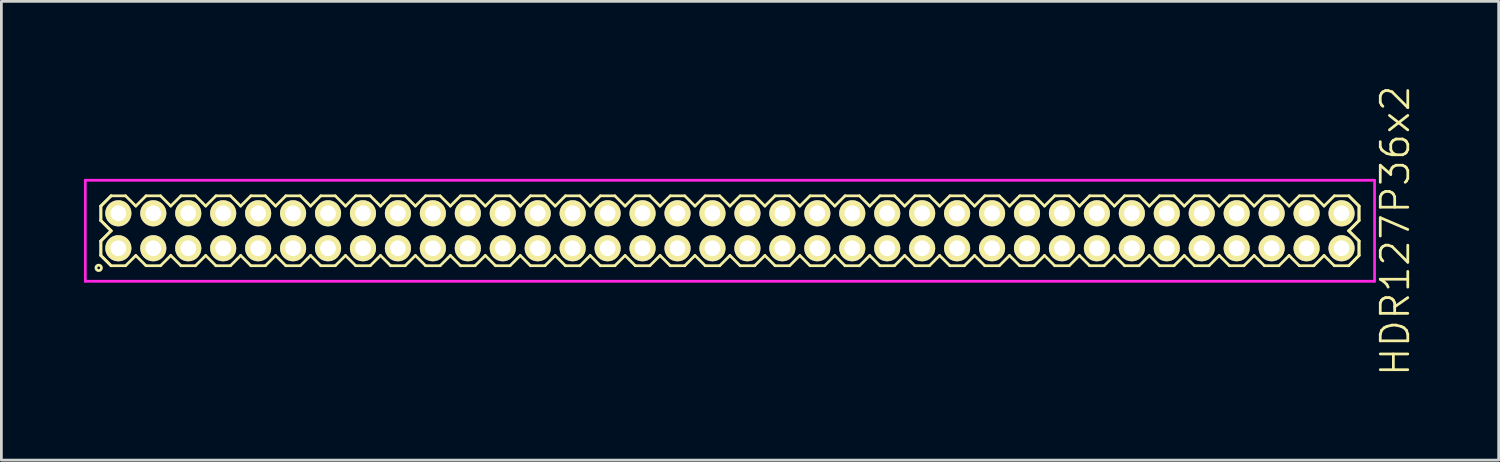
<source format=kicad_pcb>
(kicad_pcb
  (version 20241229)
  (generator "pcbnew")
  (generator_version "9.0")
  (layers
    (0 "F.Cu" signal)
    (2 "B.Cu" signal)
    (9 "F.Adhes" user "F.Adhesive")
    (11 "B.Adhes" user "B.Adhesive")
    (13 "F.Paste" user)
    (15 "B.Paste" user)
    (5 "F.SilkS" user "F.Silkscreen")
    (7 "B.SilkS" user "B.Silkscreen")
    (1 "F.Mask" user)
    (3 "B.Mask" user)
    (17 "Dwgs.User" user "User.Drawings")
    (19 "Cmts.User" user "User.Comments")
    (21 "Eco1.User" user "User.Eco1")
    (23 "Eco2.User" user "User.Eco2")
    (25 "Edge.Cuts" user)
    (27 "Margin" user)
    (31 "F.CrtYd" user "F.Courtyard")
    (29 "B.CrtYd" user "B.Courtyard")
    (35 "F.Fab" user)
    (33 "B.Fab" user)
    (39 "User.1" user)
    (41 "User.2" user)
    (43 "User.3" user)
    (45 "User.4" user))
  (footprint "HDR127P36x2"
    (layer "F.Cu")
    (at 23.475 5.336)
    (property "Reference" "HDR127P36x2" (at 24.175 0 90) (layer "F.SilkS") (effects (font (size 1 1) (thickness 0.1))))
    (attr through_hole)
    (fp_line (start -22.86 -0.898) (end -22.488 -1.27) (stroke (width 0.1) (type solid)) (layer "F.SilkS"))
    (fp_line (start -22.86 -0.898) (end -22.488 -1.27) (stroke (width 0.1) (type solid)) (layer "F.SilkS"))
    (fp_line (start -22.86 -0.372) (end -22.86 -0.898) (stroke (width 0.1) (type solid)) (layer "F.SilkS"))
    (fp_line (start -22.86 -0.372) (end -22.86 -0.898) (stroke (width 0.1) (type solid)) (layer "F.SilkS"))
    (fp_line (start -22.86 0.372) (end -22.488 0) (stroke (width 0.1) (type solid)) (layer "F.SilkS"))
    (fp_line (start -22.86 0.372) (end -22.488 0) (stroke (width 0.1) (type solid)) (layer "F.SilkS"))
    (fp_line (start -22.86 0.898) (end -22.86 0.372) (stroke (width 0.1) (type solid)) (layer "F.SilkS"))
    (fp_line (start -22.86 0.898) (end -22.86 0.372) (stroke (width 0.1) (type solid)) (layer "F.SilkS"))
    (fp_line (start -22.488 -1.27) (end -21.962 -1.27) (stroke (width 0.1) (type solid)) (layer "F.SilkS"))
    (fp_line (start -22.488 0) (end -22.86 -0.372) (stroke (width 0.1) (type solid)) (layer "F.SilkS"))
    (fp_line (start -22.488 0) (end -22.86 -0.372) (stroke (width 0.1) (type solid)) (layer "F.SilkS"))
    (fp_line (start -22.488 1.27) (end -22.86 0.898) (stroke (width 0.1) (type solid)) (layer "F.SilkS"))
    (fp_line (start -22.488 1.27) (end -22.86 0.898) (stroke (width 0.1) (type solid)) (layer "F.SilkS"))
    (fp_line (start -21.962 -1.27) (end -21.59 -0.898) (stroke (width 0.1) (type solid)) (layer "F.SilkS"))
    (fp_line (start -21.962 1.27) (end -22.488 1.27) (stroke (width 0.1) (type solid)) (layer "F.SilkS"))
    (fp_line (start -21.59 -0.898) (end -21.218 -1.27) (stroke (width 0.1) (type solid)) (layer "F.SilkS"))
    (fp_line (start -21.59 0.898) (end -21.962 1.27) (stroke (width 0.1) (type solid)) (layer "F.SilkS"))
    (fp_line (start -21.218 -1.27) (end -20.692 -1.27) (stroke (width 0.1) (type solid)) (layer "F.SilkS"))
    (fp_line (start -21.218 1.27) (end -21.59 0.898) (stroke (width 0.1) (type solid)) (layer "F.SilkS"))
    (fp_line (start -20.692 -1.27) (end -20.32 -0.898) (stroke (width 0.1) (type solid)) (layer "F.SilkS"))
    (fp_line (start -20.692 1.27) (end -21.218 1.27) (stroke (width 0.1) (type solid)) (layer "F.SilkS"))
    (fp_line (start -20.32 -0.898) (end -19.948 -1.27) (stroke (width 0.1) (type solid)) (layer "F.SilkS"))
    (fp_line (start -20.32 0.898) (end -20.692 1.27) (stroke (width 0.1) (type solid)) (layer "F.SilkS"))
    (fp_line (start -19.948 -1.27) (end -19.422 -1.27) (stroke (width 0.1) (type solid)) (layer "F.SilkS"))
    (fp_line (start -19.948 1.27) (end -20.32 0.898) (stroke (width 0.1) (type solid)) (layer "F.SilkS"))
    (fp_line (start -19.422 -1.27) (end -19.05 -0.898) (stroke (width 0.1) (type solid)) (layer "F.SilkS"))
    (fp_line (start -19.422 1.27) (end -19.948 1.27) (stroke (width 0.1) (type solid)) (layer "F.SilkS"))
    (fp_line (start -19.05 -0.898) (end -18.678 -1.27) (stroke (width 0.1) (type solid)) (layer "F.SilkS"))
    (fp_line (start -19.05 0.898) (end -19.422 1.27) (stroke (width 0.1) (type solid)) (layer "F.SilkS"))
    (fp_line (start -18.678 -1.27) (end -18.152 -1.27) (stroke (width 0.1) (type solid)) (layer "F.SilkS"))
    (fp_line (start -18.678 1.27) (end -19.05 0.898) (stroke (width 0.1) (type solid)) (layer "F.SilkS"))
    (fp_line (start -18.152 -1.27) (end -17.78 -0.898) (stroke (width 0.1) (type solid)) (layer "F.SilkS"))
    (fp_line (start -18.152 1.27) (end -18.678 1.27) (stroke (width 0.1) (type solid)) (layer "F.SilkS"))
    (fp_line (start -17.78 -0.898) (end -17.408 -1.27) (stroke (width 0.1) (type solid)) (layer "F.SilkS"))
    (fp_line (start -17.78 0.898) (end -18.152 1.27) (stroke (width 0.1) (type solid)) (layer "F.SilkS"))
    (fp_line (start -17.408 -1.27) (end -16.882 -1.27) (stroke (width 0.1) (type solid)) (layer "F.SilkS"))
    (fp_line (start -17.408 1.27) (end -17.78 0.898) (stroke (width 0.1) (type solid)) (layer "F.SilkS"))
    (fp_line (start -16.882 -1.27) (end -16.51 -0.898) (stroke (width 0.1) (type solid)) (layer "F.SilkS"))
    (fp_line (start -16.882 1.27) (end -17.408 1.27) (stroke (width 0.1) (type solid)) (layer "F.SilkS"))
    (fp_line (start -16.51 -0.898) (end -16.138 -1.27) (stroke (width 0.1) (type solid)) (layer "F.SilkS"))
    (fp_line (start -16.51 0.898) (end -16.882 1.27) (stroke (width 0.1) (type solid)) (layer "F.SilkS"))
    (fp_line (start -16.138 -1.27) (end -15.612 -1.27) (stroke (width 0.1) (type solid)) (layer "F.SilkS"))
    (fp_line (start -16.138 1.27) (end -16.51 0.898) (stroke (width 0.1) (type solid)) (layer "F.SilkS"))
    (fp_line (start -15.612 -1.27) (end -15.24 -0.898) (stroke (width 0.1) (type solid)) (layer "F.SilkS"))
    (fp_line (start -15.612 1.27) (end -16.138 1.27) (stroke (width 0.1) (type solid)) (layer "F.SilkS"))
    (fp_line (start -15.24 -0.898) (end -14.868 -1.27) (stroke (width 0.1) (type solid)) (layer "F.SilkS"))
    (fp_line (start -15.24 0.898) (end -15.612 1.27) (stroke (width 0.1) (type solid)) (layer "F.SilkS"))
    (fp_line (start -14.868 -1.27) (end -14.342 -1.27) (stroke (width 0.1) (type solid)) (layer "F.SilkS"))
    (fp_line (start -14.868 1.27) (end -15.24 0.898) (stroke (width 0.1) (type solid)) (layer "F.SilkS"))
    (fp_line (start -14.342 -1.27) (end -13.97 -0.898) (stroke (width 0.1) (type solid)) (layer "F.SilkS"))
    (fp_line (start -14.342 1.27) (end -14.868 1.27) (stroke (width 0.1) (type solid)) (layer "F.SilkS"))
    (fp_line (start -13.97 -0.898) (end -13.598 -1.27) (stroke (width 0.1) (type solid)) (layer "F.SilkS"))
    (fp_line (start -13.97 0.898) (end -14.342 1.27) (stroke (width 0.1) (type solid)) (layer "F.SilkS"))
    (fp_line (start -13.598 -1.27) (end -13.072 -1.27) (stroke (width 0.1) (type solid)) (layer "F.SilkS"))
    (fp_line (start -13.598 1.27) (end -13.97 0.898) (stroke (width 0.1) (type solid)) (layer "F.SilkS"))
    (fp_line (start -13.072 -1.27) (end -12.7 -0.898) (stroke (width 0.1) (type solid)) (layer "F.SilkS"))
    (fp_line (start -13.072 1.27) (end -13.598 1.27) (stroke (width 0.1) (type solid)) (layer "F.SilkS"))
    (fp_line (start -12.7 -0.898) (end -12.328 -1.27) (stroke (width 0.1) (type solid)) (layer "F.SilkS"))
    (fp_line (start -12.7 0.898) (end -13.072 1.27) (stroke (width 0.1) (type solid)) (layer "F.SilkS"))
    (fp_line (start -12.328 -1.27) (end -11.802 -1.27) (stroke (width 0.1) (type solid)) (layer "F.SilkS"))
    (fp_line (start -12.328 1.27) (end -12.7 0.898) (stroke (width 0.1) (type solid)) (layer "F.SilkS"))
    (fp_line (start -11.802 -1.27) (end -11.43 -0.898) (stroke (width 0.1) (type solid)) (layer "F.SilkS"))
    (fp_line (start -11.802 1.27) (end -12.328 1.27) (stroke (width 0.1) (type solid)) (layer "F.SilkS"))
    (fp_line (start -11.43 -0.898) (end -11.058 -1.27) (stroke (width 0.1) (type solid)) (layer "F.SilkS"))
    (fp_line (start -11.43 0.898) (end -11.802 1.27) (stroke (width 0.1) (type solid)) (layer "F.SilkS"))
    (fp_line (start -11.058 -1.27) (end -10.532 -1.27) (stroke (width 0.1) (type solid)) (layer "F.SilkS"))
    (fp_line (start -11.058 1.27) (end -11.43 0.898) (stroke (width 0.1) (type solid)) (layer "F.SilkS"))
    (fp_line (start -10.532 -1.27) (end -10.16 -0.898) (stroke (width 0.1) (type solid)) (layer "F.SilkS"))
    (fp_line (start -10.532 1.27) (end -11.058 1.27) (stroke (width 0.1) (type solid)) (layer "F.SilkS"))
    (fp_line (start -10.16 -0.898) (end -9.788 -1.27) (stroke (width 0.1) (type solid)) (layer "F.SilkS"))
    (fp_line (start -10.16 0.898) (end -10.532 1.27) (stroke (width 0.1) (type solid)) (layer "F.SilkS"))
    (fp_line (start -9.788 -1.27) (end -9.262 -1.27) (stroke (width 0.1) (type solid)) (layer "F.SilkS"))
    (fp_line (start -9.788 1.27) (end -10.16 0.898) (stroke (width 0.1) (type solid)) (layer "F.SilkS"))
    (fp_line (start -9.262 -1.27) (end -8.89 -0.898) (stroke (width 0.1) (type solid)) (layer "F.SilkS"))
    (fp_line (start -9.262 1.27) (end -9.788 1.27) (stroke (width 0.1) (type solid)) (layer "F.SilkS"))
    (fp_line (start -8.89 -0.898) (end -8.518 -1.27) (stroke (width 0.1) (type solid)) (layer "F.SilkS"))
    (fp_line (start -8.89 0.898) (end -9.262 1.27) (stroke (width 0.1) (type solid)) (layer "F.SilkS"))
    (fp_line (start -8.518 -1.27) (end -7.992 -1.27) (stroke (width 0.1) (type solid)) (layer "F.SilkS"))
    (fp_line (start -8.518 1.27) (end -8.89 0.898) (stroke (width 0.1) (type solid)) (layer "F.SilkS"))
    (fp_line (start -7.992 -1.27) (end -7.62 -0.898) (stroke (width 0.1) (type solid)) (layer "F.SilkS"))
    (fp_line (start -7.992 1.27) (end -8.518 1.27) (stroke (width 0.1) (type solid)) (layer "F.SilkS"))
    (fp_line (start -7.62 -0.898) (end -7.248 -1.27) (stroke (width 0.1) (type solid)) (layer "F.SilkS"))
    (fp_line (start -7.62 0.898) (end -7.992 1.27) (stroke (width 0.1) (type solid)) (layer "F.SilkS"))
    (fp_line (start -7.248 -1.27) (end -6.722 -1.27) (stroke (width 0.1) (type solid)) (layer "F.SilkS"))
    (fp_line (start -7.248 1.27) (end -7.62 0.898) (stroke (width 0.1) (type solid)) (layer "F.SilkS"))
    (fp_line (start -6.722 -1.27) (end -6.35 -0.898) (stroke (width 0.1) (type solid)) (layer "F.SilkS"))
    (fp_line (start -6.722 1.27) (end -7.248 1.27) (stroke (width 0.1) (type solid)) (layer "F.SilkS"))
    (fp_line (start -6.35 -0.898) (end -5.978 -1.27) (stroke (width 0.1) (type solid)) (layer "F.SilkS"))
    (fp_line (start -6.35 0.898) (end -6.722 1.27) (stroke (width 0.1) (type solid)) (layer "F.SilkS"))
    (fp_line (start -5.978 -1.27) (end -5.452 -1.27) (stroke (width 0.1) (type solid)) (layer "F.SilkS"))
    (fp_line (start -5.978 1.27) (end -6.35 0.898) (stroke (width 0.1) (type solid)) (layer "F.SilkS"))
    (fp_line (start -5.452 -1.27) (end -5.08 -0.898) (stroke (width 0.1) (type solid)) (layer "F.SilkS"))
    (fp_line (start -5.452 1.27) (end -5.978 1.27) (stroke (width 0.1) (type solid)) (layer "F.SilkS"))
    (fp_line (start -5.08 -0.898) (end -4.708 -1.27) (stroke (width 0.1) (type solid)) (layer "F.SilkS"))
    (fp_line (start -5.08 0.898) (end -5.452 1.27) (stroke (width 0.1) (type solid)) (layer "F.SilkS"))
    (fp_line (start -4.708 -1.27) (end -4.182 -1.27) (stroke (width 0.1) (type solid)) (layer "F.SilkS"))
    (fp_line (start -4.708 1.27) (end -5.08 0.898) (stroke (width 0.1) (type solid)) (layer "F.SilkS"))
    (fp_line (start -4.182 -1.27) (end -3.81 -0.898) (stroke (width 0.1) (type solid)) (layer "F.SilkS"))
    (fp_line (start -4.182 1.27) (end -4.708 1.27) (stroke (width 0.1) (type solid)) (layer "F.SilkS"))
    (fp_line (start -3.81 -0.898) (end -3.438 -1.27) (stroke (width 0.1) (type solid)) (layer "F.SilkS"))
    (fp_line (start -3.81 0.898) (end -4.182 1.27) (stroke (width 0.1) (type solid)) (layer "F.SilkS"))
    (fp_line (start -3.438 -1.27) (end -2.912 -1.27) (stroke (width 0.1) (type solid)) (layer "F.SilkS"))
    (fp_line (start -3.438 1.27) (end -3.81 0.898) (stroke (width 0.1) (type solid)) (layer "F.SilkS"))
    (fp_line (start -2.912 -1.27) (end -2.54 -0.898) (stroke (width 0.1) (type solid)) (layer "F.SilkS"))
    (fp_line (start -2.912 1.27) (end -3.438 1.27) (stroke (width 0.1) (type solid)) (layer "F.SilkS"))
    (fp_line (start -2.54 -0.898) (end -2.168 -1.27) (stroke (width 0.1) (type solid)) (layer "F.SilkS"))
    (fp_line (start -2.54 0.898) (end -2.912 1.27) (stroke (width 0.1) (type solid)) (layer "F.SilkS"))
    (fp_line (start -2.168 -1.27) (end -1.642 -1.27) (stroke (width 0.1) (type solid)) (layer "F.SilkS"))
    (fp_line (start -2.168 1.27) (end -2.54 0.898) (stroke (width 0.1) (type solid)) (layer "F.SilkS"))
    (fp_line (start -1.642 -1.27) (end -1.27 -0.898) (stroke (width 0.1) (type solid)) (layer "F.SilkS"))
    (fp_line (start -1.642 1.27) (end -2.168 1.27) (stroke (width 0.1) (type solid)) (layer "F.SilkS"))
    (fp_line (start -1.27 -0.898) (end -0.898 -1.27) (stroke (width 0.1) (type solid)) (layer "F.SilkS"))
    (fp_line (start -1.27 0.898) (end -1.642 1.27) (stroke (width 0.1) (type solid)) (layer "F.SilkS"))
    (fp_line (start -0.898 -1.27) (end -0.372 -1.27) (stroke (width 0.1) (type solid)) (layer "F.SilkS"))
    (fp_line (start -0.898 1.27) (end -1.27 0.898) (stroke (width 0.1) (type solid)) (layer "F.SilkS"))
    (fp_line (start -0.372 -1.27) (end 0 -0.898) (stroke (width 0.1) (type solid)) (layer "F.SilkS"))
    (fp_line (start -0.372 1.27) (end -0.898 1.27) (stroke (width 0.1) (type solid)) (layer "F.SilkS"))
    (fp_line (start 0 -0.898) (end 0.372 -1.27) (stroke (width 0.1) (type solid)) (layer "F.SilkS"))
    (fp_line (start 0 0.898) (end -0.372 1.27) (stroke (width 0.1) (type solid)) (layer "F.SilkS"))
    (fp_line (start 0.372 -1.27) (end 0.898 -1.27) (stroke (width 0.1) (type solid)) (layer "F.SilkS"))
    (fp_line (start 0.372 1.27) (end 0 0.898) (stroke (width 0.1) (type solid)) (layer "F.SilkS"))
    (fp_line (start 0.898 -1.27) (end 1.27 -0.898) (stroke (width 0.1) (type solid)) (layer "F.SilkS"))
    (fp_line (start 0.898 1.27) (end 0.372 1.27) (stroke (width 0.1) (type solid)) (layer "F.SilkS"))
    (fp_line (start 1.27 -0.898) (end 1.642 -1.27) (stroke (width 0.1) (type solid)) (layer "F.SilkS"))
    (fp_line (start 1.27 0.898) (end 0.898 1.27) (stroke (width 0.1) (type solid)) (layer "F.SilkS"))
    (fp_line (start 1.642 -1.27) (end 2.168 -1.27) (stroke (width 0.1) (type solid)) (layer "F.SilkS"))
    (fp_line (start 1.642 1.27) (end 1.27 0.898) (stroke (width 0.1) (type solid)) (layer "F.SilkS"))
    (fp_line (start 2.168 -1.27) (end 2.54 -0.898) (stroke (width 0.1) (type solid)) (layer "F.SilkS"))
    (fp_line (start 2.168 1.27) (end 1.642 1.27) (stroke (width 0.1) (type solid)) (layer "F.SilkS"))
    (fp_line (start 2.54 -0.898) (end 2.912 -1.27) (stroke (width 0.1) (type solid)) (layer "F.SilkS"))
    (fp_line (start 2.54 0.898) (end 2.168 1.27) (stroke (width 0.1) (type solid)) (layer "F.SilkS"))
    (fp_line (start 2.912 -1.27) (end 3.438 -1.27) (stroke (width 0.1) (type solid)) (layer "F.SilkS"))
    (fp_line (start 2.912 1.27) (end 2.54 0.898) (stroke (width 0.1) (type solid)) (layer "F.SilkS"))
    (fp_line (start 3.438 -1.27) (end 3.81 -0.898) (stroke (width 0.1) (type solid)) (layer "F.SilkS"))
    (fp_line (start 3.438 1.27) (end 2.912 1.27) (stroke (width 0.1) (type solid)) (layer "F.SilkS"))
    (fp_line (start 3.81 -0.898) (end 4.182 -1.27) (stroke (width 0.1) (type solid)) (layer "F.SilkS"))
    (fp_line (start 3.81 0.898) (end 3.438 1.27) (stroke (width 0.1) (type solid)) (layer "F.SilkS"))
    (fp_line (start 4.182 -1.27) (end 4.708 -1.27) (stroke (width 0.1) (type solid)) (layer "F.SilkS"))
    (fp_line (start 4.182 1.27) (end 3.81 0.898) (stroke (width 0.1) (type solid)) (layer "F.SilkS"))
    (fp_line (start 4.708 -1.27) (end 5.08 -0.898) (stroke (width 0.1) (type solid)) (layer "F.SilkS"))
    (fp_line (start 4.708 1.27) (end 4.182 1.27) (stroke (width 0.1) (type solid)) (layer "F.SilkS"))
    (fp_line (start 5.08 -0.898) (end 5.452 -1.27) (stroke (width 0.1) (type solid)) (layer "F.SilkS"))
    (fp_line (start 5.08 0.898) (end 4.708 1.27) (stroke (width 0.1) (type solid)) (layer "F.SilkS"))
    (fp_line (start 5.452 -1.27) (end 5.978 -1.27) (stroke (width 0.1) (type solid)) (layer "F.SilkS"))
    (fp_line (start 5.452 1.27) (end 5.08 0.898) (stroke (width 0.1) (type solid)) (layer "F.SilkS"))
    (fp_line (start 5.978 -1.27) (end 6.35 -0.898) (stroke (width 0.1) (type solid)) (layer "F.SilkS"))
    (fp_line (start 5.978 1.27) (end 5.452 1.27) (stroke (width 0.1) (type solid)) (layer "F.SilkS"))
    (fp_line (start 6.35 -0.898) (end 6.722 -1.27) (stroke (width 0.1) (type solid)) (layer "F.SilkS"))
    (fp_line (start 6.35 0.898) (end 5.978 1.27) (stroke (width 0.1) (type solid)) (layer "F.SilkS"))
    (fp_line (start 6.722 -1.27) (end 7.248 -1.27) (stroke (width 0.1) (type solid)) (layer "F.SilkS"))
    (fp_line (start 6.722 1.27) (end 6.35 0.898) (stroke (width 0.1) (type solid)) (layer "F.SilkS"))
    (fp_line (start 7.248 -1.27) (end 7.62 -0.898) (stroke (width 0.1) (type solid)) (layer "F.SilkS"))
    (fp_line (start 7.248 1.27) (end 6.722 1.27) (stroke (width 0.1) (type solid)) (layer "F.SilkS"))
    (fp_line (start 7.62 -0.898) (end 7.992 -1.27) (stroke (width 0.1) (type solid)) (layer "F.SilkS"))
    (fp_line (start 7.62 0.898) (end 7.248 1.27) (stroke (width 0.1) (type solid)) (layer "F.SilkS"))
    (fp_line (start 7.992 -1.27) (end 8.518 -1.27) (stroke (width 0.1) (type solid)) (layer "F.SilkS"))
    (fp_line (start 7.992 1.27) (end 7.62 0.898) (stroke (width 0.1) (type solid)) (layer "F.SilkS"))
    (fp_line (start 8.518 -1.27) (end 8.89 -0.898) (stroke (width 0.1) (type solid)) (layer "F.SilkS"))
    (fp_line (start 8.518 1.27) (end 7.992 1.27) (stroke (width 0.1) (type solid)) (layer "F.SilkS"))
    (fp_line (start 8.89 -0.898) (end 9.262 -1.27) (stroke (width 0.1) (type solid)) (layer "F.SilkS"))
    (fp_line (start 8.89 0.898) (end 8.518 1.27) (stroke (width 0.1) (type solid)) (layer "F.SilkS"))
    (fp_line (start 9.262 -1.27) (end 9.788 -1.27) (stroke (width 0.1) (type solid)) (layer "F.SilkS"))
    (fp_line (start 9.262 1.27) (end 8.89 0.898) (stroke (width 0.1) (type solid)) (layer "F.SilkS"))
    (fp_line (start 9.788 -1.27) (end 10.16 -0.898) (stroke (width 0.1) (type solid)) (layer "F.SilkS"))
    (fp_line (start 9.788 1.27) (end 9.262 1.27) (stroke (width 0.1) (type solid)) (layer "F.SilkS"))
    (fp_line (start 10.16 -0.898) (end 10.532 -1.27) (stroke (width 0.1) (type solid)) (layer "F.SilkS"))
    (fp_line (start 10.16 0.898) (end 9.788 1.27) (stroke (width 0.1) (type solid)) (layer "F.SilkS"))
    (fp_line (start 10.532 -1.27) (end 11.058 -1.27) (stroke (width 0.1) (type solid)) (layer "F.SilkS"))
    (fp_line (start 10.532 1.27) (end 10.16 0.898) (stroke (width 0.1) (type solid)) (layer "F.SilkS"))
    (fp_line (start 11.058 -1.27) (end 11.43 -0.898) (stroke (width 0.1) (type solid)) (layer "F.SilkS"))
    (fp_line (start 11.058 1.27) (end 10.532 1.27) (stroke (width 0.1) (type solid)) (layer "F.SilkS"))
    (fp_line (start 11.43 -0.898) (end 11.802 -1.27) (stroke (width 0.1) (type solid)) (layer "F.SilkS"))
    (fp_line (start 11.43 0.898) (end 11.058 1.27) (stroke (width 0.1) (type solid)) (layer "F.SilkS"))
    (fp_line (start 11.802 -1.27) (end 12.328 -1.27) (stroke (width 0.1) (type solid)) (layer "F.SilkS"))
    (fp_line (start 11.802 1.27) (end 11.43 0.898) (stroke (width 0.1) (type solid)) (layer "F.SilkS"))
    (fp_line (start 12.328 -1.27) (end 12.7 -0.898) (stroke (width 0.1) (type solid)) (layer "F.SilkS"))
    (fp_line (start 12.328 1.27) (end 11.802 1.27) (stroke (width 0.1) (type solid)) (layer "F.SilkS"))
    (fp_line (start 12.7 -0.898) (end 13.072 -1.27) (stroke (width 0.1) (type solid)) (layer "F.SilkS"))
    (fp_line (start 12.7 0.898) (end 12.328 1.27) (stroke (width 0.1) (type solid)) (layer "F.SilkS"))
    (fp_line (start 13.072 -1.27) (end 13.598 -1.27) (stroke (width 0.1) (type solid)) (layer "F.SilkS"))
    (fp_line (start 13.072 1.27) (end 12.7 0.898) (stroke (width 0.1) (type solid)) (layer "F.SilkS"))
    (fp_line (start 13.598 -1.27) (end 13.97 -0.898) (stroke (width 0.1) (type solid)) (layer "F.SilkS"))
    (fp_line (start 13.598 1.27) (end 13.072 1.27) (stroke (width 0.1) (type solid)) (layer "F.SilkS"))
    (fp_line (start 13.97 -0.898) (end 14.342 -1.27) (stroke (width 0.1) (type solid)) (layer "F.SilkS"))
    (fp_line (start 13.97 0.898) (end 13.598 1.27) (stroke (width 0.1) (type solid)) (layer "F.SilkS"))
    (fp_line (start 14.342 -1.27) (end 14.868 -1.27) (stroke (width 0.1) (type solid)) (layer "F.SilkS"))
    (fp_line (start 14.342 1.27) (end 13.97 0.898) (stroke (width 0.1) (type solid)) (layer "F.SilkS"))
    (fp_line (start 14.868 -1.27) (end 15.24 -0.898) (stroke (width 0.1) (type solid)) (layer "F.SilkS"))
    (fp_line (start 14.868 1.27) (end 14.342 1.27) (stroke (width 0.1) (type solid)) (layer "F.SilkS"))
    (fp_line (start 15.24 -0.898) (end 15.612 -1.27) (stroke (width 0.1) (type solid)) (layer "F.SilkS"))
    (fp_line (start 15.24 0.898) (end 14.868 1.27) (stroke (width 0.1) (type solid)) (layer "F.SilkS"))
    (fp_line (start 15.612 -1.27) (end 16.138 -1.27) (stroke (width 0.1) (type solid)) (layer "F.SilkS"))
    (fp_line (start 15.612 1.27) (end 15.24 0.898) (stroke (width 0.1) (type solid)) (layer "F.SilkS"))
    (fp_line (start 16.138 -1.27) (end 16.51 -0.898) (stroke (width 0.1) (type solid)) (layer "F.SilkS"))
    (fp_line (start 16.138 1.27) (end 15.612 1.27) (stroke (width 0.1) (type solid)) (layer "F.SilkS"))
    (fp_line (start 16.51 -0.898) (end 16.882 -1.27) (stroke (width 0.1) (type solid)) (layer "F.SilkS"))
    (fp_line (start 16.51 0.898) (end 16.138 1.27) (stroke (width 0.1) (type solid)) (layer "F.SilkS"))
    (fp_line (start 16.882 -1.27) (end 17.408 -1.27) (stroke (width 0.1) (type solid)) (layer "F.SilkS"))
    (fp_line (start 16.882 1.27) (end 16.51 0.898) (stroke (width 0.1) (type solid)) (layer "F.SilkS"))
    (fp_line (start 17.408 -1.27) (end 17.78 -0.898) (stroke (width 0.1) (type solid)) (layer "F.SilkS"))
    (fp_line (start 17.408 1.27) (end 16.882 1.27) (stroke (width 0.1) (type solid)) (layer "F.SilkS"))
    (fp_line (start 17.78 -0.898) (end 18.152 -1.27) (stroke (width 0.1) (type solid)) (layer "F.SilkS"))
    (fp_line (start 17.78 0.898) (end 17.408 1.27) (stroke (width 0.1) (type solid)) (layer "F.SilkS"))
    (fp_line (start 18.152 -1.27) (end 18.678 -1.27) (stroke (width 0.1) (type solid)) (layer "F.SilkS"))
    (fp_line (start 18.152 1.27) (end 17.78 0.898) (stroke (width 0.1) (type solid)) (layer "F.SilkS"))
    (fp_line (start 18.678 -1.27) (end 19.05 -0.898) (stroke (width 0.1) (type solid)) (layer "F.SilkS"))
    (fp_line (start 18.678 1.27) (end 18.152 1.27) (stroke (width 0.1) (type solid)) (layer "F.SilkS"))
    (fp_line (start 19.05 -0.898) (end 19.422 -1.27) (stroke (width 0.1) (type solid)) (layer "F.SilkS"))
    (fp_line (start 19.05 0.898) (end 18.678 1.27) (stroke (width 0.1) (type solid)) (layer "F.SilkS"))
    (fp_line (start 19.422 -1.27) (end 19.948 -1.27) (stroke (width 0.1) (type solid)) (layer "F.SilkS"))
    (fp_line (start 19.422 1.27) (end 19.05 0.898) (stroke (width 0.1) (type solid)) (layer "F.SilkS"))
    (fp_line (start 19.948 -1.27) (end 20.32 -0.898) (stroke (width 0.1) (type solid)) (layer "F.SilkS"))
    (fp_line (start 19.948 1.27) (end 19.422 1.27) (stroke (width 0.1) (type solid)) (layer "F.SilkS"))
    (fp_line (start 20.32 -0.898) (end 20.692 -1.27) (stroke (width 0.1) (type solid)) (layer "F.SilkS"))
    (fp_line (start 20.32 0.898) (end 19.948 1.27) (stroke (width 0.1) (type solid)) (layer "F.SilkS"))
    (fp_line (start 20.692 -1.27) (end 21.218 -1.27) (stroke (width 0.1) (type solid)) (layer "F.SilkS"))
    (fp_line (start 20.692 1.27) (end 20.32 0.898) (stroke (width 0.1) (type solid)) (layer "F.SilkS"))
    (fp_line (start 21.218 -1.27) (end 21.59 -0.898) (stroke (width 0.1) (type solid)) (layer "F.SilkS"))
    (fp_line (start 21.218 1.27) (end 20.692 1.27) (stroke (width 0.1) (type solid)) (layer "F.SilkS"))
    (fp_line (start 21.59 -0.898) (end 21.962 -1.27) (stroke (width 0.1) (type solid)) (layer "F.SilkS"))
    (fp_line (start 21.59 0.898) (end 21.218 1.27) (stroke (width 0.1) (type solid)) (layer "F.SilkS"))
    (fp_line (start 21.962 -1.27) (end 22.488 -1.27) (stroke (width 0.1) (type solid)) (layer "F.SilkS"))
    (fp_line (start 21.962 1.27) (end 21.59 0.898) (stroke (width 0.1) (type solid)) (layer "F.SilkS"))
    (fp_line (start 22.488 -1.27) (end 22.86 -0.898) (stroke (width 0.1) (type solid)) (layer "F.SilkS"))
    (fp_line (start 22.488 -1.27) (end 22.86 -0.898) (stroke (width 0.1) (type solid)) (layer "F.SilkS"))
    (fp_line (start 22.488 0) (end 22.86 0.372) (stroke (width 0.1) (type solid)) (layer "F.SilkS"))
    (fp_line (start 22.488 0) (end 22.86 0.372) (stroke (width 0.1) (type solid)) (layer "F.SilkS"))
    (fp_line (start 22.488 1.27) (end 21.962 1.27) (stroke (width 0.1) (type solid)) (layer "F.SilkS"))
    (fp_line (start 22.86 -0.898) (end 22.86 -0.372) (stroke (width 0.1) (type solid)) (layer "F.SilkS"))
    (fp_line (start 22.86 -0.898) (end 22.86 -0.372) (stroke (width 0.1) (type solid)) (layer "F.SilkS"))
    (fp_line (start 22.86 -0.372) (end 22.488 0) (stroke (width 0.1) (type solid)) (layer "F.SilkS"))
    (fp_line (start 22.86 -0.372) (end 22.488 0) (stroke (width 0.1) (type solid)) (layer "F.SilkS"))
    (fp_line (start 22.86 0.372) (end 22.86 0.898) (stroke (width 0.1) (type solid)) (layer "F.SilkS"))
    (fp_line (start 22.86 0.372) (end 22.86 0.898) (stroke (width 0.1) (type solid)) (layer "F.SilkS"))
    (fp_line (start 22.86 0.898) (end 22.488 1.27) (stroke (width 0.1) (type solid)) (layer "F.SilkS"))
    (fp_line (start 22.86 0.898) (end 22.488 1.27) (stroke (width 0.1) (type solid)) (layer "F.SilkS"))
    (fp_circle (center -22.938 1.348) (end -22.838 1.348) (stroke (width 0.1) (type solid)) (fill no) (layer "F.SilkS"))
    (fp_line (start -23.425 -1.835) (end -23.425 1.835) (stroke (width 0.1) (type solid)) (layer "F.CrtYd"))
    (fp_line (start -23.425 1.835) (end 23.425 1.835) (stroke (width 0.1) (type solid)) (layer "F.CrtYd"))
    (fp_line (start 23.425 -1.835) (end -23.425 -1.835) (stroke (width 0.1) (type solid)) (layer "F.CrtYd"))
    (fp_line (start 23.425 1.835) (end 23.425 -1.835) (stroke (width 0.1) (type solid)) (layer "F.CrtYd"))
    (pad "1" thru_hole oval (at -22.225 0.635) (size 0.95 0.95) (drill 0.57) (layers "*.Cu" "*.Mask" "F.SilkS"))
    (pad "2" thru_hole oval (at -22.225 -0.635) (size 0.95 0.95) (drill 0.57) (layers "*.Cu" "*.Mask" "F.SilkS"))
    (pad "3" thru_hole oval (at -20.955 0.635) (size 0.95 0.95) (drill 0.57) (layers "*.Cu" "*.Mask" "F.SilkS"))
    (pad "4" thru_hole oval (at -20.955 -0.635) (size 0.95 0.95) (drill 0.57) (layers "*.Cu" "*.Mask" "F.SilkS"))
    (pad "5" thru_hole oval (at -19.685 0.635) (size 0.95 0.95) (drill 0.57) (layers "*.Cu" "*.Mask" "F.SilkS"))
    (pad "6" thru_hole oval (at -19.685 -0.635) (size 0.95 0.95) (drill 0.57) (layers "*.Cu" "*.Mask" "F.SilkS"))
    (pad "7" thru_hole oval (at -18.415 0.635) (size 0.95 0.95) (drill 0.57) (layers "*.Cu" "*.Mask" "F.SilkS"))
    (pad "8" thru_hole oval (at -18.415 -0.635) (size 0.95 0.95) (drill 0.57) (layers "*.Cu" "*.Mask" "F.SilkS"))
    (pad "9" thru_hole oval (at -17.145 0.635) (size 0.95 0.95) (drill 0.57) (layers "*.Cu" "*.Mask" "F.SilkS"))
    (pad "10" thru_hole oval (at -17.145 -0.635) (size 0.95 0.95) (drill 0.57) (layers "*.Cu" "*.Mask" "F.SilkS"))
    (pad "11" thru_hole oval (at -15.875 0.635) (size 0.95 0.95) (drill 0.57) (layers "*.Cu" "*.Mask" "F.SilkS"))
    (pad "12" thru_hole oval (at -15.875 -0.635) (size 0.95 0.95) (drill 0.57) (layers "*.Cu" "*.Mask" "F.SilkS"))
    (pad "13" thru_hole oval (at -14.605 0.635) (size 0.95 0.95) (drill 0.57) (layers "*.Cu" "*.Mask" "F.SilkS"))
    (pad "14" thru_hole oval (at -14.605 -0.635) (size 0.95 0.95) (drill 0.57) (layers "*.Cu" "*.Mask" "F.SilkS"))
    (pad "15" thru_hole oval (at -13.335 0.635) (size 0.95 0.95) (drill 0.57) (layers "*.Cu" "*.Mask" "F.SilkS"))
    (pad "16" thru_hole oval (at -13.335 -0.635) (size 0.95 0.95) (drill 0.57) (layers "*.Cu" "*.Mask" "F.SilkS"))
    (pad "17" thru_hole oval (at -12.065 0.635) (size 0.95 0.95) (drill 0.57) (layers "*.Cu" "*.Mask" "F.SilkS"))
    (pad "18" thru_hole oval (at -12.065 -0.635) (size 0.95 0.95) (drill 0.57) (layers "*.Cu" "*.Mask" "F.SilkS"))
    (pad "19" thru_hole oval (at -10.795 0.635) (size 0.95 0.95) (drill 0.57) (layers "*.Cu" "*.Mask" "F.SilkS"))
    (pad "20" thru_hole oval (at -10.795 -0.635) (size 0.95 0.95) (drill 0.57) (layers "*.Cu" "*.Mask" "F.SilkS"))
    (pad "21" thru_hole oval (at -9.525 0.635) (size 0.95 0.95) (drill 0.57) (layers "*.Cu" "*.Mask" "F.SilkS"))
    (pad "22" thru_hole oval (at -9.525 -0.635) (size 0.95 0.95) (drill 0.57) (layers "*.Cu" "*.Mask" "F.SilkS"))
    (pad "23" thru_hole oval (at -8.255 0.635) (size 0.95 0.95) (drill 0.57) (layers "*.Cu" "*.Mask" "F.SilkS"))
    (pad "24" thru_hole oval (at -8.255 -0.635) (size 0.95 0.95) (drill 0.57) (layers "*.Cu" "*.Mask" "F.SilkS"))
    (pad "25" thru_hole oval (at -6.985 0.635) (size 0.95 0.95) (drill 0.57) (layers "*.Cu" "*.Mask" "F.SilkS"))
    (pad "26" thru_hole oval (at -6.985 -0.635) (size 0.95 0.95) (drill 0.57) (layers "*.Cu" "*.Mask" "F.SilkS"))
    (pad "27" thru_hole oval (at -5.715 0.635) (size 0.95 0.95) (drill 0.57) (layers "*.Cu" "*.Mask" "F.SilkS"))
    (pad "28" thru_hole oval (at -5.715 -0.635) (size 0.95 0.95) (drill 0.57) (layers "*.Cu" "*.Mask" "F.SilkS"))
    (pad "29" thru_hole oval (at -4.445 0.635) (size 0.95 0.95) (drill 0.57) (layers "*.Cu" "*.Mask" "F.SilkS"))
    (pad "30" thru_hole oval (at -4.445 -0.635) (size 0.95 0.95) (drill 0.57) (layers "*.Cu" "*.Mask" "F.SilkS"))
    (pad "31" thru_hole oval (at -3.175 0.635) (size 0.95 0.95) (drill 0.57) (layers "*.Cu" "*.Mask" "F.SilkS"))
    (pad "32" thru_hole oval (at -3.175 -0.635) (size 0.95 0.95) (drill 0.57) (layers "*.Cu" "*.Mask" "F.SilkS"))
    (pad "33" thru_hole oval (at -1.905 0.635) (size 0.95 0.95) (drill 0.57) (layers "*.Cu" "*.Mask" "F.SilkS"))
    (pad "34" thru_hole oval (at -1.905 -0.635) (size 0.95 0.95) (drill 0.57) (layers "*.Cu" "*.Mask" "F.SilkS"))
    (pad "35" thru_hole oval (at -0.635 0.635) (size 0.95 0.95) (drill 0.57) (layers "*.Cu" "*.Mask" "F.SilkS"))
    (pad "36" thru_hole oval (at -0.635 -0.635) (size 0.95 0.95) (drill 0.57) (layers "*.Cu" "*.Mask" "F.SilkS"))
    (pad "37" thru_hole oval (at 0.635 0.635) (size 0.95 0.95) (drill 0.57) (layers "*.Cu" "*.Mask" "F.SilkS"))
    (pad "38" thru_hole oval (at 0.635 -0.635) (size 0.95 0.95) (drill 0.57) (layers "*.Cu" "*.Mask" "F.SilkS"))
    (pad "39" thru_hole oval (at 1.905 0.635) (size 0.95 0.95) (drill 0.57) (layers "*.Cu" "*.Mask" "F.SilkS"))
    (pad "40" thru_hole oval (at 1.905 -0.635) (size 0.95 0.95) (drill 0.57) (layers "*.Cu" "*.Mask" "F.SilkS"))
    (pad "41" thru_hole oval (at 3.175 0.635) (size 0.95 0.95) (drill 0.57) (layers "*.Cu" "*.Mask" "F.SilkS"))
    (pad "42" thru_hole oval (at 3.175 -0.635) (size 0.95 0.95) (drill 0.57) (layers "*.Cu" "*.Mask" "F.SilkS"))
    (pad "43" thru_hole oval (at 4.445 0.635) (size 0.95 0.95) (drill 0.57) (layers "*.Cu" "*.Mask" "F.SilkS"))
    (pad "44" thru_hole oval (at 4.445 -0.635) (size 0.95 0.95) (drill 0.57) (layers "*.Cu" "*.Mask" "F.SilkS"))
    (pad "45" thru_hole oval (at 5.715 0.635) (size 0.95 0.95) (drill 0.57) (layers "*.Cu" "*.Mask" "F.SilkS"))
    (pad "46" thru_hole oval (at 5.715 -0.635) (size 0.95 0.95) (drill 0.57) (layers "*.Cu" "*.Mask" "F.SilkS"))
    (pad "47" thru_hole oval (at 6.985 0.635) (size 0.95 0.95) (drill 0.57) (layers "*.Cu" "*.Mask" "F.SilkS"))
    (pad "48" thru_hole oval (at 6.985 -0.635) (size 0.95 0.95) (drill 0.57) (layers "*.Cu" "*.Mask" "F.SilkS"))
    (pad "49" thru_hole oval (at 8.255 0.635) (size 0.95 0.95) (drill 0.57) (layers "*.Cu" "*.Mask" "F.SilkS"))
    (pad "50" thru_hole oval (at 8.255 -0.635) (size 0.95 0.95) (drill 0.57) (layers "*.Cu" "*.Mask" "F.SilkS"))
    (pad "51" thru_hole oval (at 9.525 0.635) (size 0.95 0.95) (drill 0.57) (layers "*.Cu" "*.Mask" "F.SilkS"))
    (pad "52" thru_hole oval (at 9.525 -0.635) (size 0.95 0.95) (drill 0.57) (layers "*.Cu" "*.Mask" "F.SilkS"))
    (pad "53" thru_hole oval (at 10.795 0.635) (size 0.95 0.95) (drill 0.57) (layers "*.Cu" "*.Mask" "F.SilkS"))
    (pad "54" thru_hole oval (at 10.795 -0.635) (size 0.95 0.95) (drill 0.57) (layers "*.Cu" "*.Mask" "F.SilkS"))
    (pad "55" thru_hole oval (at 12.065 0.635) (size 0.95 0.95) (drill 0.57) (layers "*.Cu" "*.Mask" "F.SilkS"))
    (pad "56" thru_hole oval (at 12.065 -0.635) (size 0.95 0.95) (drill 0.57) (layers "*.Cu" "*.Mask" "F.SilkS"))
    (pad "57" thru_hole oval (at 13.335 0.635) (size 0.95 0.95) (drill 0.57) (layers "*.Cu" "*.Mask" "F.SilkS"))
    (pad "58" thru_hole oval (at 13.335 -0.635) (size 0.95 0.95) (drill 0.57) (layers "*.Cu" "*.Mask" "F.SilkS"))
    (pad "59" thru_hole oval (at 14.605 0.635) (size 0.95 0.95) (drill 0.57) (layers "*.Cu" "*.Mask" "F.SilkS"))
    (pad "60" thru_hole oval (at 14.605 -0.635) (size 0.95 0.95) (drill 0.57) (layers "*.Cu" "*.Mask" "F.SilkS"))
    (pad "61" thru_hole oval (at 15.875 0.635) (size 0.95 0.95) (drill 0.57) (layers "*.Cu" "*.Mask" "F.SilkS"))
    (pad "62" thru_hole oval (at 15.875 -0.635) (size 0.95 0.95) (drill 0.57) (layers "*.Cu" "*.Mask" "F.SilkS"))
    (pad "63" thru_hole oval (at 17.145 0.635) (size 0.95 0.95) (drill 0.57) (layers "*.Cu" "*.Mask" "F.SilkS"))
    (pad "64" thru_hole oval (at 17.145 -0.635) (size 0.95 0.95) (drill 0.57) (layers "*.Cu" "*.Mask" "F.SilkS"))
    (pad "65" thru_hole oval (at 18.415 0.635) (size 0.95 0.95) (drill 0.57) (layers "*.Cu" "*.Mask" "F.SilkS"))
    (pad "66" thru_hole oval (at 18.415 -0.635) (size 0.95 0.95) (drill 0.57) (layers "*.Cu" "*.Mask" "F.SilkS"))
    (pad "67" thru_hole oval (at 19.685 0.635) (size 0.95 0.95) (drill 0.57) (layers "*.Cu" "*.Mask" "F.SilkS"))
    (pad "68" thru_hole oval (at 19.685 -0.635) (size 0.95 0.95) (drill 0.57) (layers "*.Cu" "*.Mask" "F.SilkS"))
    (pad "69" thru_hole oval (at 20.955 0.635) (size 0.95 0.95) (drill 0.57) (layers "*.Cu" "*.Mask" "F.SilkS"))
    (pad "70" thru_hole oval (at 20.955 -0.635) (size 0.95 0.95) (drill 0.57) (layers "*.Cu" "*.Mask" "F.SilkS"))
    (pad "71" thru_hole oval (at 22.225 0.635) (size 0.95 0.95) (drill 0.57) (layers "*.Cu" "*.Mask" "F.SilkS"))
    (pad "72" thru_hole oval (at 22.225 -0.635) (size 0.95 0.95) (drill 0.57) (layers "*.Cu" "*.Mask" "F.SilkS")))
  (gr_rect
    (start -3 -3)
    (end 51.41 13.671)
    (stroke (width 0.1) (type default))
    (fill no)
    (layer "Edge.Cuts")))
</source>
